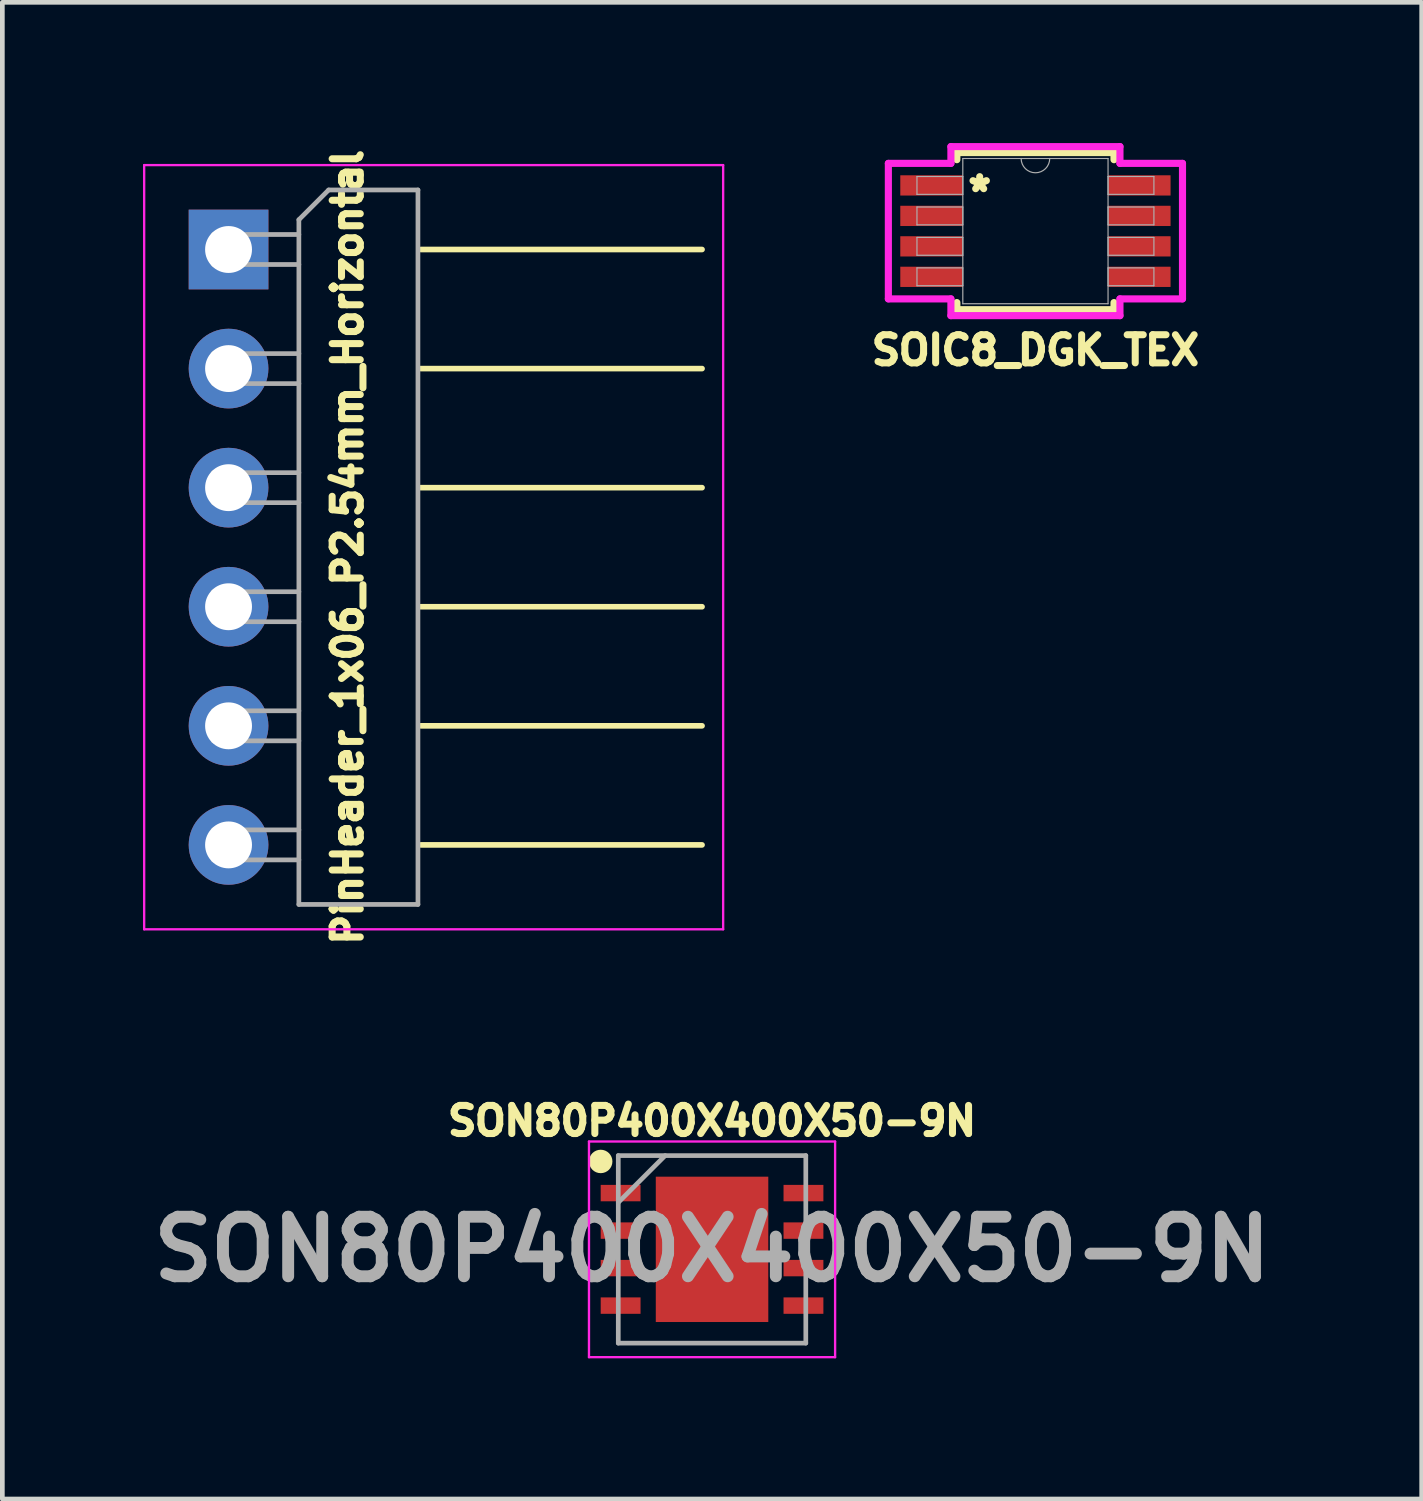
<source format=kicad_pcb>
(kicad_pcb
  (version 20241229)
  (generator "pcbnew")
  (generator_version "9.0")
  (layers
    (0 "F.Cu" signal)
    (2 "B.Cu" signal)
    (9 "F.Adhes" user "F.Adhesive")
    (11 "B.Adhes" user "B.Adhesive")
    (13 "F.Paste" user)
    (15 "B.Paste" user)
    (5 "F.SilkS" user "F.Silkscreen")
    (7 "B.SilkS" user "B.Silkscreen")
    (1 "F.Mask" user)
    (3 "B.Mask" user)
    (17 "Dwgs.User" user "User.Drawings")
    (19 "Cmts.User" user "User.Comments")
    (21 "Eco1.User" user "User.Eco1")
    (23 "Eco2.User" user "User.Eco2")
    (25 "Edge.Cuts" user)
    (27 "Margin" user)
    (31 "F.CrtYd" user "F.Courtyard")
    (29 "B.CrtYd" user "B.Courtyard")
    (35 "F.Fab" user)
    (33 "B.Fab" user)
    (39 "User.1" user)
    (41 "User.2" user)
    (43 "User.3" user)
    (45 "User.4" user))
  (footprint "SON80P400X400X50-9N"
    (layer "F.Cu")
    (at 12.138 23.599)
    (property "Reference" "SON80P400X400X50-9N" (at 0 -2.74 0) (layer "F.SilkS") (effects (font (size 0.6 0.6) (thickness 0.15))))
    (attr smd)
    (fp_circle (center -2.375 -1.875) (end -2.375 -1.75) (stroke (width 0.25) (type solid)) (fill no) (layer "F.SilkS"))
    (fp_line (start -2.625 -2.3) (end 2.625 -2.3) (stroke (width 0.05) (type solid)) (layer "F.CrtYd"))
    (fp_line (start -2.625 2.3) (end -2.625 -2.3) (stroke (width 0.05) (type solid)) (layer "F.CrtYd"))
    (fp_line (start 2.625 -2.3) (end 2.625 2.3) (stroke (width 0.05) (type solid)) (layer "F.CrtYd"))
    (fp_line (start 2.625 2.3) (end -2.625 2.3) (stroke (width 0.05) (type solid)) (layer "F.CrtYd"))
    (fp_line (start -2 -2) (end 2 -2) (stroke (width 0.1) (type solid)) (layer "F.Fab"))
    (fp_line (start -2 -1) (end -1 -2) (stroke (width 0.1) (type solid)) (layer "F.Fab"))
    (fp_line (start -2 2) (end -2 -2) (stroke (width 0.1) (type solid)) (layer "F.Fab"))
    (fp_line (start 2 -2) (end 2 2) (stroke (width 0.1) (type solid)) (layer "F.Fab"))
    (fp_line (start 2 2) (end -2 2) (stroke (width 0.1) (type solid)) (layer "F.Fab"))
    (fp_text user "${REFERENCE}" (at 0 0 0) (layer "F.Fab") (effects (font (size 1.27 1.27) (thickness 0.254))))
    (pad "1" smd rect (at -1.95 -1.2 90) (size 0.35 0.85) (layers "F.Cu" "F.Mask" "F.Paste"))
    (pad "2" smd rect (at -1.95 -0.4 90) (size 0.35 0.85) (layers "F.Cu" "F.Mask" "F.Paste"))
    (pad "3" smd rect (at -1.95 0.4 90) (size 0.35 0.85) (layers "F.Cu" "F.Mask" "F.Paste"))
    (pad "4" smd rect (at -1.95 1.2 90) (size 0.35 0.85) (layers "F.Cu" "F.Mask" "F.Paste"))
    (pad "5" smd rect (at 1.95 1.2 90) (size 0.35 0.85) (layers "F.Cu" "F.Mask" "F.Paste"))
    (pad "6" smd rect (at 1.95 0.4 90) (size 0.35 0.85) (layers "F.Cu" "F.Mask" "F.Paste"))
    (pad "7" smd rect (at 1.95 -0.4 90) (size 0.35 0.85) (layers "F.Cu" "F.Mask" "F.Paste"))
    (pad "8" smd rect (at 1.95 -1.2 90) (size 0.35 0.85) (layers "F.Cu" "F.Mask" "F.Paste"))
    (pad "9" smd rect (at 0 0) (size 2.4 3.1) (layers "F.Cu" "F.Mask" "F.Paste")))
  (footprint "SOIC8_DGK_TEX"
    (layer "F.Cu")
    (at 19.036 1.88)
    (property "Reference" "SOIC8_DGK_TEX" (at 0 2.54 0) (unlocked yes) (layer "F.SilkS") (effects (font (size 0.6 0.6) (thickness 0.15))))
    (attr smd)
    (fp_line (start -1.676 -1.676) (end -1.676 -1.524) (stroke (width 0.152) (type solid)) (layer "F.SilkS"))
    (fp_line (start -1.676 1.524) (end -1.676 1.676) (stroke (width 0.152) (type solid)) (layer "F.SilkS"))
    (fp_line (start -1.676 1.676) (end 1.676 1.676) (stroke (width 0.152) (type solid)) (layer "F.SilkS"))
    (fp_line (start 1.676 -1.676) (end -1.676 -1.676) (stroke (width 0.152) (type solid)) (layer "F.SilkS"))
    (fp_line (start 1.676 -1.524) (end 1.676 -1.676) (stroke (width 0.152) (type solid)) (layer "F.SilkS"))
    (fp_line (start 1.676 1.676) (end 1.676 1.524) (stroke (width 0.152) (type solid)) (layer "F.SilkS"))
    (fp_line (start -3.137 -1.445) (end -1.803 -1.445) (stroke (width 0.152) (type solid)) (layer "F.CrtYd"))
    (fp_line (start -3.137 1.445) (end -3.137 -1.445) (stroke (width 0.152) (type solid)) (layer "F.CrtYd"))
    (fp_line (start -3.137 1.445) (end -1.803 1.445) (stroke (width 0.152) (type solid)) (layer "F.CrtYd"))
    (fp_line (start -1.803 -1.803) (end 1.803 -1.803) (stroke (width 0.152) (type solid)) (layer "F.CrtYd"))
    (fp_line (start -1.803 -1.445) (end -1.803 -1.803) (stroke (width 0.152) (type solid)) (layer "F.CrtYd"))
    (fp_line (start -1.803 1.803) (end -1.803 1.445) (stroke (width 0.152) (type solid)) (layer "F.CrtYd"))
    (fp_line (start 1.803 -1.803) (end 1.803 -1.445) (stroke (width 0.152) (type solid)) (layer "F.CrtYd"))
    (fp_line (start 1.803 1.445) (end 1.803 1.803) (stroke (width 0.152) (type solid)) (layer "F.CrtYd"))
    (fp_line (start 1.803 1.803) (end -1.803 1.803) (stroke (width 0.152) (type solid)) (layer "F.CrtYd"))
    (fp_line (start 3.137 -1.445) (end 1.803 -1.445) (stroke (width 0.152) (type solid)) (layer "F.CrtYd"))
    (fp_line (start 3.137 -1.445) (end 3.137 1.445) (stroke (width 0.152) (type solid)) (layer "F.CrtYd"))
    (fp_line (start 3.137 1.445) (end 1.803 1.445) (stroke (width 0.152) (type solid)) (layer "F.CrtYd"))
    (fp_line (start -2.527 -1.165) (end -2.527 -0.784) (stroke (width 0.025) (type solid)) (layer "F.Fab"))
    (fp_line (start -2.527 -0.784) (end -1.549 -0.784) (stroke (width 0.025) (type solid)) (layer "F.Fab"))
    (fp_line (start -2.527 -0.515) (end -2.527 -0.134) (stroke (width 0.025) (type solid)) (layer "F.Fab"))
    (fp_line (start -2.527 -0.134) (end -1.549 -0.134) (stroke (width 0.025) (type solid)) (layer "F.Fab"))
    (fp_line (start -2.527 0.134) (end -2.527 0.515) (stroke (width 0.025) (type solid)) (layer "F.Fab"))
    (fp_line (start -2.527 0.515) (end -1.549 0.515) (stroke (width 0.025) (type solid)) (layer "F.Fab"))
    (fp_line (start -2.527 0.784) (end -2.527 1.165) (stroke (width 0.025) (type solid)) (layer "F.Fab"))
    (fp_line (start -2.527 1.165) (end -1.549 1.165) (stroke (width 0.025) (type solid)) (layer "F.Fab"))
    (fp_line (start -1.549 -1.549) (end -1.549 1.549) (stroke (width 0.025) (type solid)) (layer "F.Fab"))
    (fp_line (start -1.549 -1.165) (end -2.527 -1.165) (stroke (width 0.025) (type solid)) (layer "F.Fab"))
    (fp_line (start -1.549 -0.784) (end -1.549 -1.165) (stroke (width 0.025) (type solid)) (layer "F.Fab"))
    (fp_line (start -1.549 -0.515) (end -2.527 -0.515) (stroke (width 0.025) (type solid)) (layer "F.Fab"))
    (fp_line (start -1.549 -0.134) (end -1.549 -0.515) (stroke (width 0.025) (type solid)) (layer "F.Fab"))
    (fp_line (start -1.549 0.134) (end -2.527 0.134) (stroke (width 0.025) (type solid)) (layer "F.Fab"))
    (fp_line (start -1.549 0.515) (end -1.549 0.134) (stroke (width 0.025) (type solid)) (layer "F.Fab"))
    (fp_line (start -1.549 0.784) (end -2.527 0.784) (stroke (width 0.025) (type solid)) (layer "F.Fab"))
    (fp_line (start -1.549 1.165) (end -1.549 0.784) (stroke (width 0.025) (type solid)) (layer "F.Fab"))
    (fp_line (start -1.549 1.549) (end 1.549 1.549) (stroke (width 0.025) (type solid)) (layer "F.Fab"))
    (fp_line (start 1.549 -1.549) (end -1.549 -1.549) (stroke (width 0.025) (type solid)) (layer "F.Fab"))
    (fp_line (start 1.549 -1.165) (end 1.549 -0.784) (stroke (width 0.025) (type solid)) (layer "F.Fab"))
    (fp_line (start 1.549 -0.784) (end 2.527 -0.784) (stroke (width 0.025) (type solid)) (layer "F.Fab"))
    (fp_line (start 1.549 -0.515) (end 1.549 -0.134) (stroke (width 0.025) (type solid)) (layer "F.Fab"))
    (fp_line (start 1.549 -0.134) (end 2.527 -0.134) (stroke (width 0.025) (type solid)) (layer "F.Fab"))
    (fp_line (start 1.549 0.134) (end 1.549 0.515) (stroke (width 0.025) (type solid)) (layer "F.Fab"))
    (fp_line (start 1.549 0.515) (end 2.527 0.515) (stroke (width 0.025) (type solid)) (layer "F.Fab"))
    (fp_line (start 1.549 0.784) (end 1.549 1.165) (stroke (width 0.025) (type solid)) (layer "F.Fab"))
    (fp_line (start 1.549 1.165) (end 2.527 1.165) (stroke (width 0.025) (type solid)) (layer "F.Fab"))
    (fp_line (start 1.549 1.549) (end 1.549 -1.549) (stroke (width 0.025) (type solid)) (layer "F.Fab"))
    (fp_line (start 2.527 -1.165) (end 1.549 -1.165) (stroke (width 0.025) (type solid)) (layer "F.Fab"))
    (fp_line (start 2.527 -0.784) (end 2.527 -1.165) (stroke (width 0.025) (type solid)) (layer "F.Fab"))
    (fp_line (start 2.527 -0.515) (end 1.549 -0.515) (stroke (width 0.025) (type solid)) (layer "F.Fab"))
    (fp_line (start 2.527 -0.134) (end 2.527 -0.515) (stroke (width 0.025) (type solid)) (layer "F.Fab"))
    (fp_line (start 2.527 0.134) (end 1.549 0.134) (stroke (width 0.025) (type solid)) (layer "F.Fab"))
    (fp_line (start 2.527 0.515) (end 2.527 0.134) (stroke (width 0.025) (type solid)) (layer "F.Fab"))
    (fp_line (start 2.527 0.784) (end 1.549 0.784) (stroke (width 0.025) (type solid)) (layer "F.Fab"))
    (fp_line (start 2.527 1.165) (end 2.527 0.784) (stroke (width 0.025) (type solid)) (layer "F.Fab"))
    (fp_arc (start 0.3048 -1.5494) (mid 0 -1.2446) (end -0.3048 -1.5494) (stroke (width 0.0254) (type solid)) (layer "F.Fab"))
    (fp_text user "*" (at -1.189 -0.832 0) (unlocked yes) (layer "F.SilkS") (effects (font (size 0.6 0.6) (thickness 0.15))))
    (pad "1" smd rect (at -2.216 -0.975) (size 1.333 0.432) (layers "F.Cu" "F.Mask" "F.Paste"))
    (pad "2" smd rect (at -2.216 -0.325) (size 1.333 0.432) (layers "F.Cu" "F.Mask" "F.Paste"))
    (pad "3" smd rect (at -2.216 0.325) (size 1.333 0.432) (layers "F.Cu" "F.Mask" "F.Paste"))
    (pad "4" smd rect (at -2.216 0.975) (size 1.333 0.432) (layers "F.Cu" "F.Mask" "F.Paste"))
    (pad "5" smd rect (at 2.216 0.975) (size 1.333 0.432) (layers "F.Cu" "F.Mask" "F.Paste"))
    (pad "6" smd rect (at 2.216 0.325) (size 1.333 0.432) (layers "F.Cu" "F.Mask" "F.Paste"))
    (pad "7" smd rect (at 2.216 -0.325) (size 1.333 0.432) (layers "F.Cu" "F.Mask" "F.Paste"))
    (pad "8" smd rect (at 2.216 -0.975) (size 1.333 0.432) (layers "F.Cu" "F.Mask" "F.Paste")))
  (footprint "PinHeader_1x06_P2.54mm_Horizontal"
    (layer "F.Cu")
    (at 1.825 2.272)
    (property "Reference" "PinHeader_1x06_P2.54mm_Horizontal" (at 2.54 6.35 90) (layer "F.SilkS") (effects (font (size 0.6 0.6) (thickness 0.15))))
    (attr through_hole)
    (fp_line (start 4.1 0) (end 10.1 0) (stroke (width 0.12) (type solid)) (layer "F.SilkS"))
    (fp_line (start 4.1 2.54) (end 10.1 2.54) (stroke (width 0.12) (type solid)) (layer "F.SilkS"))
    (fp_line (start 4.1 5.08) (end 10.1 5.08) (stroke (width 0.12) (type solid)) (layer "F.SilkS"))
    (fp_line (start 4.1 7.62) (end 10.1 7.62) (stroke (width 0.12) (type solid)) (layer "F.SilkS"))
    (fp_line (start 4.1 10.16) (end 10.1 10.16) (stroke (width 0.12) (type solid)) (layer "F.SilkS"))
    (fp_line (start 4.1 12.7) (end 10.1 12.7) (stroke (width 0.12) (type solid)) (layer "F.SilkS"))
    (fp_line (start -1.8 -1.8) (end -1.8 14.5) (stroke (width 0.05) (type solid)) (layer "F.CrtYd"))
    (fp_line (start -1.8 14.5) (end 10.55 14.5) (stroke (width 0.05) (type solid)) (layer "F.CrtYd"))
    (fp_line (start 10.55 -1.8) (end -1.8 -1.8) (stroke (width 0.05) (type solid)) (layer "F.CrtYd"))
    (fp_line (start 10.55 14.5) (end 10.55 -1.8) (stroke (width 0.05) (type solid)) (layer "F.CrtYd"))
    (fp_line (start -0.32 -0.32) (end -0.32 0.32) (stroke (width 0.1) (type solid)) (layer "F.Fab"))
    (fp_line (start -0.32 -0.32) (end 1.5 -0.32) (stroke (width 0.1) (type solid)) (layer "F.Fab"))
    (fp_line (start -0.32 0.32) (end 1.5 0.32) (stroke (width 0.1) (type solid)) (layer "F.Fab"))
    (fp_line (start -0.32 2.22) (end -0.32 2.86) (stroke (width 0.1) (type solid)) (layer "F.Fab"))
    (fp_line (start -0.32 2.22) (end 1.5 2.22) (stroke (width 0.1) (type solid)) (layer "F.Fab"))
    (fp_line (start -0.32 2.86) (end 1.5 2.86) (stroke (width 0.1) (type solid)) (layer "F.Fab"))
    (fp_line (start -0.32 4.76) (end -0.32 5.4) (stroke (width 0.1) (type solid)) (layer "F.Fab"))
    (fp_line (start -0.32 4.76) (end 1.5 4.76) (stroke (width 0.1) (type solid)) (layer "F.Fab"))
    (fp_line (start -0.32 5.4) (end 1.5 5.4) (stroke (width 0.1) (type solid)) (layer "F.Fab"))
    (fp_line (start -0.32 7.3) (end -0.32 7.94) (stroke (width 0.1) (type solid)) (layer "F.Fab"))
    (fp_line (start -0.32 7.3) (end 1.5 7.3) (stroke (width 0.1) (type solid)) (layer "F.Fab"))
    (fp_line (start -0.32 7.94) (end 1.5 7.94) (stroke (width 0.1) (type solid)) (layer "F.Fab"))
    (fp_line (start -0.32 9.84) (end -0.32 10.48) (stroke (width 0.1) (type solid)) (layer "F.Fab"))
    (fp_line (start -0.32 9.84) (end 1.5 9.84) (stroke (width 0.1) (type solid)) (layer "F.Fab"))
    (fp_line (start -0.32 10.48) (end 1.5 10.48) (stroke (width 0.1) (type solid)) (layer "F.Fab"))
    (fp_line (start -0.32 12.38) (end -0.32 13.02) (stroke (width 0.1) (type solid)) (layer "F.Fab"))
    (fp_line (start -0.32 12.38) (end 1.5 12.38) (stroke (width 0.1) (type solid)) (layer "F.Fab"))
    (fp_line (start -0.32 13.02) (end 1.5 13.02) (stroke (width 0.1) (type solid)) (layer "F.Fab"))
    (fp_line (start 1.5 -0.635) (end 2.135 -1.27) (stroke (width 0.1) (type solid)) (layer "F.Fab"))
    (fp_line (start 1.5 13.97) (end 1.5 -0.635) (stroke (width 0.1) (type solid)) (layer "F.Fab"))
    (fp_line (start 2.135 -1.27) (end 4.04 -1.27) (stroke (width 0.1) (type solid)) (layer "F.Fab"))
    (fp_line (start 4.04 -1.27) (end 4.04 13.97) (stroke (width 0.1) (type solid)) (layer "F.Fab"))
    (fp_line (start 4.04 13.97) (end 1.5 13.97) (stroke (width 0.1) (type solid)) (layer "F.Fab"))
    (pad "1" thru_hole rect (at 0 0) (size 1.7 1.7) (drill 1) (layers "*.Cu" "*.Mask"))
    (pad "2" thru_hole oval (at 0 2.54) (size 1.7 1.7) (drill 1) (layers "*.Cu" "*.Mask"))
    (pad "3" thru_hole oval (at 0 5.08) (size 1.7 1.7) (drill 1) (layers "*.Cu" "*.Mask"))
    (pad "4" thru_hole oval (at 0 7.62) (size 1.7 1.7) (drill 1) (layers "*.Cu" "*.Mask"))
    (pad "5" thru_hole oval (at 0 10.16) (size 1.7 1.7) (drill 1) (layers "*.Cu" "*.Mask"))
    (pad "6" thru_hole oval (at 0 12.7) (size 1.7 1.7) (drill 1) (layers "*.Cu" "*.Mask")))
  (gr_rect
    (start -3 -3)
    (end 27.275 28.924)
    (stroke (width 0.1) (type default))
    (fill no)
    (layer "Edge.Cuts")))
</source>
